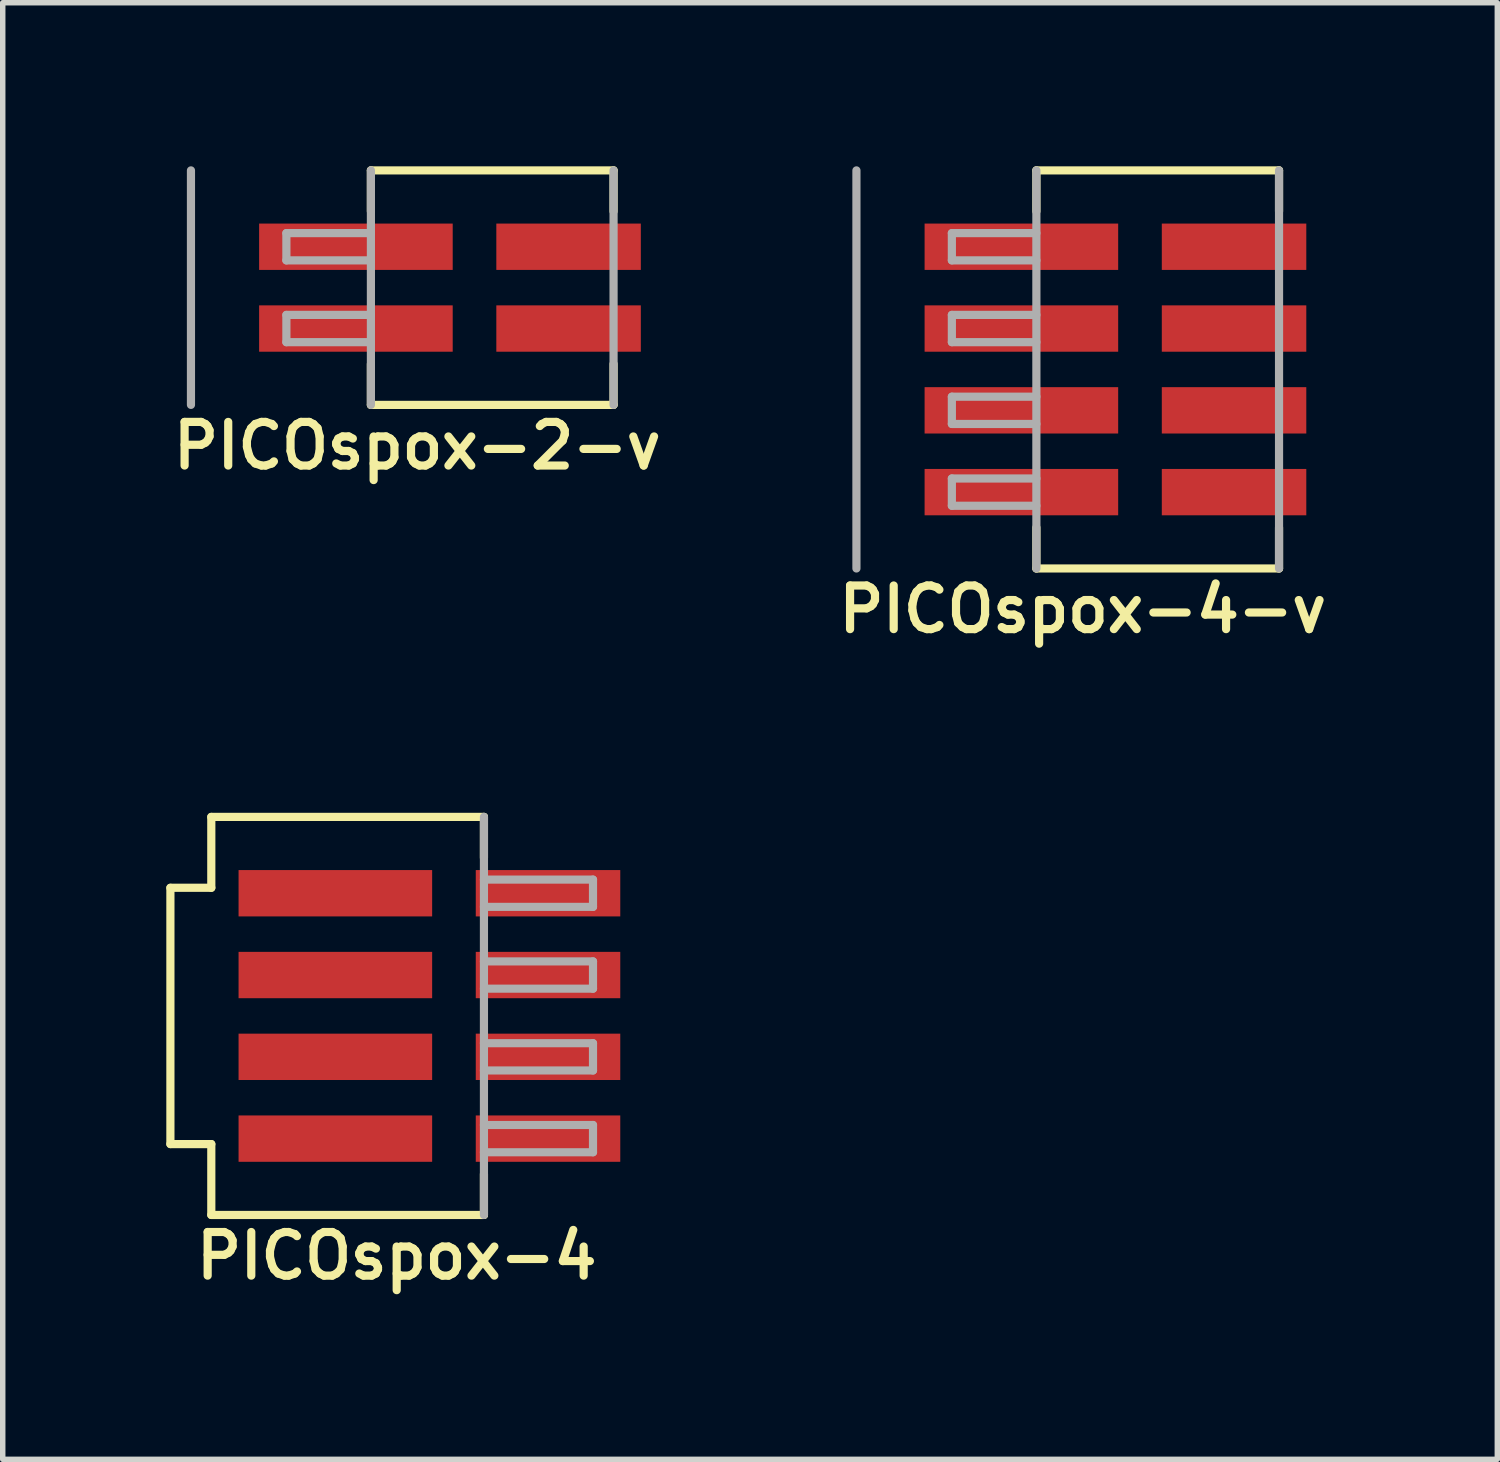
<source format=kicad_pcb>
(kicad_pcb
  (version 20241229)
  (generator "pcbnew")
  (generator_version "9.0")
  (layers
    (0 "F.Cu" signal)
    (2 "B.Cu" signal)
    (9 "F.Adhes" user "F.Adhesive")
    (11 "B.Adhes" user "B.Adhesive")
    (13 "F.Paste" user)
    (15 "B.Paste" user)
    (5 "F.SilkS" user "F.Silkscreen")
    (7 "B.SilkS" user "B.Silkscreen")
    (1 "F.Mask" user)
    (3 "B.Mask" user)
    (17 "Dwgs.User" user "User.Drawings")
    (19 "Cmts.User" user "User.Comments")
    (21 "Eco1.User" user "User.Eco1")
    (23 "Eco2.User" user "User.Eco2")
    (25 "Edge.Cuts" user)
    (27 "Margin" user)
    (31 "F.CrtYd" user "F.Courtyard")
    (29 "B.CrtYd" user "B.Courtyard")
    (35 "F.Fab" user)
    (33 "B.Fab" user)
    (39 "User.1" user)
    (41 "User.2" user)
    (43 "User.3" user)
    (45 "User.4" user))
  (footprint "PICOspox-2-v"
    (layer "F.Cu")
    (at 5.202 2.225)
    (property "Reference" "PICOspox-2-v" (at -0.6 2.9 0) (layer "F.SilkS") (effects (font (size 0.8 0.8) (thickness 0.15))))
    (attr through_hole)
    (fp_line (start -1.45 -2.15) (end -1.45 -1.4) (stroke (width 0.15) (type solid)) (layer "F.SilkS"))
    (fp_line (start -1.45 -2.15) (end 3 -2.15) (stroke (width 0.15) (type solid)) (layer "F.SilkS"))
    (fp_line (start -1.45 1.4) (end -1.45 2.15) (stroke (width 0.15) (type solid)) (layer "F.SilkS"))
    (fp_line (start 3 -2.15) (end 3 -1.4) (stroke (width 0.15) (type solid)) (layer "F.SilkS"))
    (fp_line (start 3 2.15) (end -1.45 2.15) (stroke (width 0.15) (type solid)) (layer "F.SilkS"))
    (fp_line (start 3 2.15) (end 3 1.4) (stroke (width 0.15) (type solid)) (layer "F.SilkS"))
    (fp_line (start -4.75 -2.15) (end -4.75 2.15) (stroke (width 0.15) (type solid)) (layer "F.Fab"))
    (fp_line (start -3 -1) (end -3 -0.5) (stroke (width 0.15) (type solid)) (layer "F.Fab"))
    (fp_line (start -3 -1) (end -1.45 -1) (stroke (width 0.15) (type solid)) (layer "F.Fab"))
    (fp_line (start -3 0.5) (end -3 1) (stroke (width 0.15) (type solid)) (layer "F.Fab"))
    (fp_line (start -3 0.5) (end -1.45 0.5) (stroke (width 0.15) (type solid)) (layer "F.Fab"))
    (fp_line (start -1.45 -2.15) (end -1.45 2.15) (stroke (width 0.15) (type solid)) (layer "F.Fab"))
    (fp_line (start -1.45 -0.5) (end -3 -0.5) (stroke (width 0.15) (type solid)) (layer "F.Fab"))
    (fp_line (start -1.45 1) (end -3 1) (stroke (width 0.15) (type solid)) (layer "F.Fab"))
    (fp_line (start 3 -2.15) (end 3 2.15) (stroke (width 0.15) (type solid)) (layer "F.Fab"))
    (pad "1" smd rect (at -1.725 -0.75) (size 3.55 0.85) (layers "F.Cu" "F.Mask" "F.Paste"))
    (pad "1" smd rect (at 2.175 -0.75) (size 2.65 0.85) (layers "F.Cu" "F.Mask" "F.Paste"))
    (pad "2" smd rect (at -1.725 0.75) (size 3.55 0.85) (layers "F.Cu" "F.Mask" "F.Paste"))
    (pad "2" smd rect (at 2.175 0.75) (size 2.65 0.85) (layers "F.Cu" "F.Mask" "F.Paste")))
  (footprint "PICOspox-4"
    (layer "F.Cu")
    (at 4.825 15.581)
    (property "Reference" "PICOspox-4" (at -0.6 4.4 0) (layer "F.SilkS") (effects (font (size 0.8 0.8) (thickness 0.15))))
    (attr through_hole)
    (fp_line (start -4.75 -2.35) (end -4 -2.35) (stroke (width 0.15) (type solid)) (layer "F.SilkS"))
    (fp_line (start -4.75 2.35) (end -4.75 -2.35) (stroke (width 0.15) (type solid)) (layer "F.SilkS"))
    (fp_line (start -4.75 2.35) (end -4 2.35) (stroke (width 0.15) (type solid)) (layer "F.SilkS"))
    (fp_line (start -4 -3.65) (end 1 -3.65) (stroke (width 0.15) (type solid)) (layer "F.SilkS"))
    (fp_line (start -4 -2.35) (end -4 -3.65) (stroke (width 0.15) (type solid)) (layer "F.SilkS"))
    (fp_line (start -4 2.35) (end -4 3.65) (stroke (width 0.15) (type solid)) (layer "F.SilkS"))
    (fp_line (start 1 -3.65) (end 1 -2.9) (stroke (width 0.15) (type solid)) (layer "F.SilkS"))
    (fp_line (start 1 3.65) (end -4 3.65) (stroke (width 0.15) (type solid)) (layer "F.SilkS"))
    (fp_line (start 1 3.65) (end 1 2.9) (stroke (width 0.15) (type solid)) (layer "F.SilkS"))
    (fp_line (start 1 -3.65) (end 1 3.65) (stroke (width 0.15) (type solid)) (layer "F.Fab"))
    (fp_line (start 1 -2.5) (end 3 -2.5) (stroke (width 0.15) (type solid)) (layer "F.Fab"))
    (fp_line (start 1 -1) (end 3 -1) (stroke (width 0.15) (type solid)) (layer "F.Fab"))
    (fp_line (start 1 0.5) (end 3 0.5) (stroke (width 0.15) (type solid)) (layer "F.Fab"))
    (fp_line (start 1 2) (end 3 2) (stroke (width 0.15) (type solid)) (layer "F.Fab"))
    (fp_line (start 3 -2.5) (end 3 -2) (stroke (width 0.15) (type solid)) (layer "F.Fab"))
    (fp_line (start 3 -2) (end 1 -2) (stroke (width 0.15) (type solid)) (layer "F.Fab"))
    (fp_line (start 3 -1) (end 3 -0.5) (stroke (width 0.15) (type solid)) (layer "F.Fab"))
    (fp_line (start 3 -0.5) (end 1 -0.5) (stroke (width 0.15) (type solid)) (layer "F.Fab"))
    (fp_line (start 3 0.5) (end 3 1) (stroke (width 0.15) (type solid)) (layer "F.Fab"))
    (fp_line (start 3 1) (end 1 1) (stroke (width 0.15) (type solid)) (layer "F.Fab"))
    (fp_line (start 3 2) (end 3 2.5) (stroke (width 0.15) (type solid)) (layer "F.Fab"))
    (fp_line (start 3 2.5) (end 1 2.5) (stroke (width 0.15) (type solid)) (layer "F.Fab"))
    (pad "1" smd rect (at -1.725 -2.25) (size 3.55 0.85) (layers "F.Cu" "F.Mask" "F.Paste"))
    (pad "1" smd rect (at 2.175 -2.25) (size 2.65 0.85) (layers "F.Cu" "F.Mask" "F.Paste"))
    (pad "2" smd rect (at -1.725 -0.75) (size 3.55 0.85) (layers "F.Cu" "F.Mask" "F.Paste"))
    (pad "2" smd rect (at 2.175 -0.75) (size 2.65 0.85) (layers "F.Cu" "F.Mask" "F.Paste"))
    (pad "3" smd rect (at -1.725 0.75) (size 3.55 0.85) (layers "F.Cu" "F.Mask" "F.Paste"))
    (pad "3" smd rect (at 2.175 0.75) (size 2.65 0.85) (layers "F.Cu" "F.Mask" "F.Paste"))
    (pad "4" smd rect (at -1.725 2.25) (size 3.55 0.85) (layers "F.Cu" "F.Mask" "F.Paste"))
    (pad "4" smd rect (at 2.175 2.25) (size 2.65 0.85) (layers "F.Cu" "F.Mask" "F.Paste")))
  (footprint "PICOspox-4-v"
    (layer "F.Cu")
    (at 17.406 3.725)
    (property "Reference" "PICOspox-4-v" (at -0.6 4.4 0) (layer "F.SilkS") (effects (font (size 0.8 0.8) (thickness 0.15))))
    (attr through_hole)
    (fp_line (start -1.45 -3.65) (end 3 -3.65) (stroke (width 0.15) (type solid)) (layer "F.SilkS"))
    (fp_line (start -1.45 -2.9) (end -1.45 -3.65) (stroke (width 0.15) (type solid)) (layer "F.SilkS"))
    (fp_line (start -1.45 2.9) (end -1.45 3.65) (stroke (width 0.15) (type solid)) (layer "F.SilkS"))
    (fp_line (start 3 -3.65) (end 3 -2.9) (stroke (width 0.15) (type solid)) (layer "F.SilkS"))
    (fp_line (start 3 3.65) (end -1.45 3.65) (stroke (width 0.15) (type solid)) (layer "F.SilkS"))
    (fp_line (start 3 3.65) (end 3 2.9) (stroke (width 0.15) (type solid)) (layer "F.SilkS"))
    (fp_line (start -4.75 3.65) (end -4.75 -3.65) (stroke (width 0.15) (type solid)) (layer "F.Fab"))
    (fp_line (start -3 -2.5) (end -3 -2) (stroke (width 0.15) (type solid)) (layer "F.Fab"))
    (fp_line (start -3 -2.5) (end -1.45 -2.5) (stroke (width 0.15) (type solid)) (layer "F.Fab"))
    (fp_line (start -3 -1) (end -3 -0.5) (stroke (width 0.15) (type solid)) (layer "F.Fab"))
    (fp_line (start -3 -1) (end -1.45 -1) (stroke (width 0.15) (type solid)) (layer "F.Fab"))
    (fp_line (start -3 0.5) (end -3 1) (stroke (width 0.15) (type solid)) (layer "F.Fab"))
    (fp_line (start -3 0.5) (end -1.45 0.5) (stroke (width 0.15) (type solid)) (layer "F.Fab"))
    (fp_line (start -3 2) (end -3 2.5) (stroke (width 0.15) (type solid)) (layer "F.Fab"))
    (fp_line (start -3 2) (end -1.45 2) (stroke (width 0.15) (type solid)) (layer "F.Fab"))
    (fp_line (start -1.45 -3.65) (end -1.45 3.65) (stroke (width 0.15) (type solid)) (layer "F.Fab"))
    (fp_line (start -1.45 -2) (end -3 -2) (stroke (width 0.15) (type solid)) (layer "F.Fab"))
    (fp_line (start -1.45 -0.5) (end -3 -0.5) (stroke (width 0.15) (type solid)) (layer "F.Fab"))
    (fp_line (start -1.45 1) (end -3 1) (stroke (width 0.15) (type solid)) (layer "F.Fab"))
    (fp_line (start -1.45 2.5) (end -3 2.5) (stroke (width 0.15) (type solid)) (layer "F.Fab"))
    (fp_line (start 3 -3.65) (end 3 3.65) (stroke (width 0.15) (type solid)) (layer "F.Fab"))
    (pad "1" smd rect (at -1.725 -2.25) (size 3.55 0.85) (layers "F.Cu" "F.Mask" "F.Paste"))
    (pad "1" smd rect (at 2.175 -2.25) (size 2.65 0.85) (layers "F.Cu" "F.Mask" "F.Paste"))
    (pad "2" smd rect (at -1.725 -0.75) (size 3.55 0.85) (layers "F.Cu" "F.Mask" "F.Paste"))
    (pad "2" smd rect (at 2.175 -0.75) (size 2.65 0.85) (layers "F.Cu" "F.Mask" "F.Paste"))
    (pad "3" smd rect (at -1.725 0.75) (size 3.55 0.85) (layers "F.Cu" "F.Mask" "F.Paste"))
    (pad "3" smd rect (at 2.175 0.75) (size 2.65 0.85) (layers "F.Cu" "F.Mask" "F.Paste"))
    (pad "4" smd rect (at -1.725 2.25) (size 3.55 0.85) (layers "F.Cu" "F.Mask" "F.Paste"))
    (pad "4" smd rect (at 2.175 2.25) (size 2.65 0.85) (layers "F.Cu" "F.Mask" "F.Paste")))
  (gr_rect
    (start -3 -3)
    (end 24.409 23.712)
    (stroke (width 0.1) (type default))
    (fill no)
    (layer "Edge.Cuts")))
</source>
